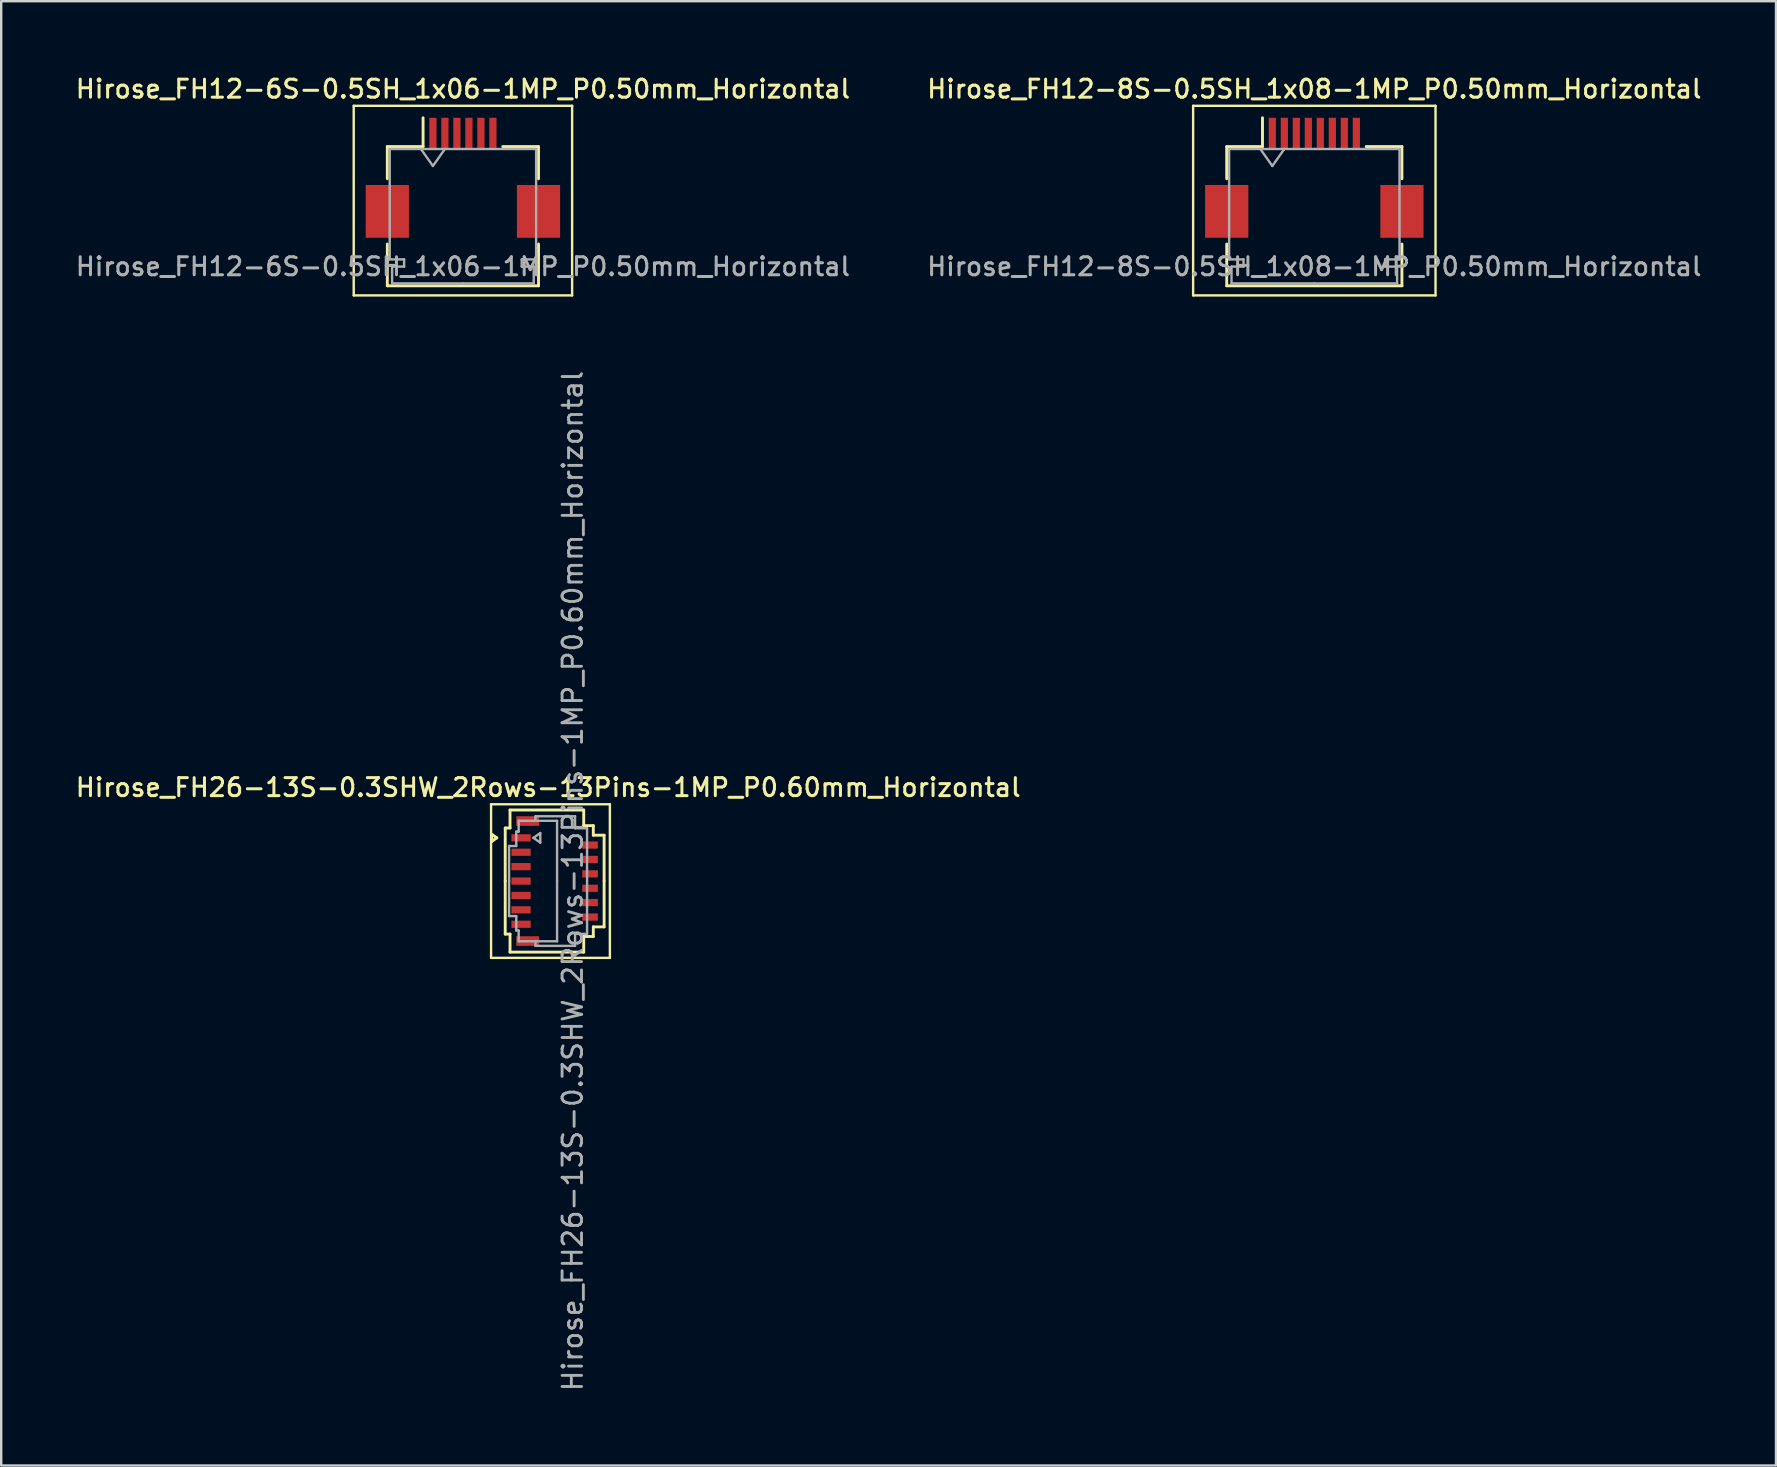
<source format=kicad_pcb>
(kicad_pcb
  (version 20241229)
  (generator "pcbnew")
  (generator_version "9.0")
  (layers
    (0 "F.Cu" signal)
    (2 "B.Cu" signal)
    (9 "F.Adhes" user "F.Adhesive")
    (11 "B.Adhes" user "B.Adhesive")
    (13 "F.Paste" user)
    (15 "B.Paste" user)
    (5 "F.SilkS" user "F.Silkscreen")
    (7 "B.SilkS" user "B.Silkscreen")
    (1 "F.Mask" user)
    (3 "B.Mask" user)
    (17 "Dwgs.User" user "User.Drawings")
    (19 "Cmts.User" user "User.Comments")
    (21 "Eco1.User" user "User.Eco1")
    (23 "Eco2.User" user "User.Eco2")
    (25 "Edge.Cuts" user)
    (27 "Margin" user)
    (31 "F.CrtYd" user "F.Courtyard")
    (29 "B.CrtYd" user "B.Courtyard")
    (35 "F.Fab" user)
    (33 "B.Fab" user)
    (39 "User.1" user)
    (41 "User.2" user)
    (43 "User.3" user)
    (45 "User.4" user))
  (footprint "Hirose_FH26-13S-0.3SHW_2Rows-13Pins-1MP_P0.60mm_Horizontal"
    (layer "F.Cu")
    (at 20.061 33.66)
    (property "Reference" "Hirose_FH26-13S-0.3SHW_2Rows-13Pins-1MP_P0.60mm_Horizontal" (at -0.27 -3.9 0) (layer "F.SilkS") (effects (font (size 0.75 0.75) (thickness 0.125))))
    (attr smd)
    (fp_line (start -2.65 -3.2) (end -2.65 3.2) (stroke (width 0.1) (type solid)) (layer "F.SilkS"))
    (fp_line (start -2.65 3.2) (end 2.3 3.2) (stroke (width 0.1) (type solid)) (layer "F.SilkS"))
    (fp_line (start -2.622 -1.95) (end -2.41 -1.8) (stroke (width 0.12) (type solid)) (layer "F.SilkS"))
    (fp_line (start -2.622 -1.65) (end -2.622 -1.95) (stroke (width 0.12) (type solid)) (layer "F.SilkS"))
    (fp_line (start -2.41 -1.8) (end -2.622 -1.65) (stroke (width 0.12) (type solid)) (layer "F.SilkS"))
    (fp_line (start -2.06 -2.21) (end -2.06 0) (stroke (width 0.12) (type solid)) (layer "F.SilkS"))
    (fp_line (start -2.06 2.21) (end -2.06 0) (stroke (width 0.12) (type solid)) (layer "F.SilkS"))
    (fp_line (start -1.86 -2.96) (end -1.86 -2.21) (stroke (width 0.12) (type solid)) (layer "F.SilkS"))
    (fp_line (start -1.86 -2.21) (end -2.06 -2.21) (stroke (width 0.12) (type solid)) (layer "F.SilkS"))
    (fp_line (start -1.86 2.21) (end -2.06 2.21) (stroke (width 0.12) (type solid)) (layer "F.SilkS"))
    (fp_line (start -1.86 2.96) (end -1.86 2.21) (stroke (width 0.12) (type solid)) (layer "F.SilkS"))
    (fp_line (start 1.21 -2.96) (end -1.86 -2.96) (stroke (width 0.12) (type solid)) (layer "F.SilkS"))
    (fp_line (start 1.21 -2.31) (end 1.21 -2.96) (stroke (width 0.12) (type solid)) (layer "F.SilkS"))
    (fp_line (start 1.21 2.31) (end 1.21 2.96) (stroke (width 0.12) (type solid)) (layer "F.SilkS"))
    (fp_line (start 1.21 2.96) (end -1.86 2.96) (stroke (width 0.12) (type solid)) (layer "F.SilkS"))
    (fp_line (start 1.61 -2.31) (end 1.21 -2.31) (stroke (width 0.12) (type solid)) (layer "F.SilkS"))
    (fp_line (start 1.61 -1.91) (end 1.61 -2.31) (stroke (width 0.12) (type solid)) (layer "F.SilkS"))
    (fp_line (start 1.61 1.91) (end 1.61 2.31) (stroke (width 0.12) (type solid)) (layer "F.SilkS"))
    (fp_line (start 1.61 2.31) (end 1.21 2.31) (stroke (width 0.12) (type solid)) (layer "F.SilkS"))
    (fp_line (start 2.06 -1.91) (end 1.61 -1.91) (stroke (width 0.12) (type solid)) (layer "F.SilkS"))
    (fp_line (start 2.06 0) (end 2.06 -1.91) (stroke (width 0.12) (type solid)) (layer "F.SilkS"))
    (fp_line (start 2.06 0) (end 2.06 1.91) (stroke (width 0.12) (type solid)) (layer "F.SilkS"))
    (fp_line (start 2.06 1.91) (end 1.61 1.91) (stroke (width 0.12) (type solid)) (layer "F.SilkS"))
    (fp_line (start 2.3 -3.2) (end -2.65 -3.2) (stroke (width 0.1) (type solid)) (layer "F.SilkS"))
    (fp_line (start 2.3 3.2) (end 2.3 -3.2) (stroke (width 0.1) (type solid)) (layer "F.SilkS"))
    (fp_line (start -1.9 -1.46) (end -1.6 -1.46) (stroke (width 0.1) (type solid)) (layer "F.Fab"))
    (fp_line (start -1.9 0) (end -1.9 -1.46) (stroke (width 0.1) (type solid)) (layer "F.Fab"))
    (fp_line (start -1.9 0) (end -1.9 1.46) (stroke (width 0.1) (type solid)) (layer "F.Fab"))
    (fp_line (start -1.9 1.46) (end -1.6 1.46) (stroke (width 0.1) (type solid)) (layer "F.Fab"))
    (fp_line (start -1.6 -2.06) (end -1.5 -2.06) (stroke (width 0.1) (type solid)) (layer "F.Fab"))
    (fp_line (start -1.6 -1.46) (end -1.6 -2.06) (stroke (width 0.1) (type solid)) (layer "F.Fab"))
    (fp_line (start -1.6 1.46) (end -1.6 2.06) (stroke (width 0.1) (type solid)) (layer "F.Fab"))
    (fp_line (start -1.6 2.06) (end -1.5 2.06) (stroke (width 0.1) (type solid)) (layer "F.Fab"))
    (fp_line (start -1.5 -2.51) (end -0.8 -2.51) (stroke (width 0.1) (type solid)) (layer "F.Fab"))
    (fp_line (start -1.5 -2.06) (end -1.5 -2.51) (stroke (width 0.1) (type solid)) (layer "F.Fab"))
    (fp_line (start -1.5 2.06) (end -1.5 2.51) (stroke (width 0.1) (type solid)) (layer "F.Fab"))
    (fp_line (start -1.5 2.51) (end -0.8 2.51) (stroke (width 0.1) (type solid)) (layer "F.Fab"))
    (fp_line (start -0.883 -1.8) (end -0.6 -1.6) (stroke (width 0.1) (type solid)) (layer "F.Fab"))
    (fp_line (start -0.8 -2.7) (end 0.85 -2.7) (stroke (width 0.1) (type solid)) (layer "F.Fab"))
    (fp_line (start -0.8 -2.51) (end -0.8 -2.7) (stroke (width 0.1) (type solid)) (layer "F.Fab"))
    (fp_line (start -0.8 2.51) (end -0.8 2.7) (stroke (width 0.1) (type solid)) (layer "F.Fab"))
    (fp_line (start -0.8 2.7) (end 0.85 2.7) (stroke (width 0.1) (type solid)) (layer "F.Fab"))
    (fp_line (start -0.6 -2) (end -0.883 -1.8) (stroke (width 0.1) (type solid)) (layer "F.Fab"))
    (fp_line (start -0.6 -1.6) (end -0.6 -2) (stroke (width 0.1) (type solid)) (layer "F.Fab"))
    (fp_line (start 0.1 -2.51) (end -0.8 -2.51) (stroke (width 0.1) (type solid)) (layer "F.Fab"))
    (fp_line (start 0.1 0) (end 0.1 -2.51) (stroke (width 0.1) (type solid)) (layer "F.Fab"))
    (fp_line (start 0.1 0) (end 0.1 2.51) (stroke (width 0.1) (type solid)) (layer "F.Fab"))
    (fp_line (start 0.1 2.51) (end -0.8 2.51) (stroke (width 0.1) (type solid)) (layer "F.Fab"))
    (fp_line (start 0.85 -2.7) (end 0.85 -2.2) (stroke (width 0.1) (type solid)) (layer "F.Fab"))
    (fp_line (start 0.85 -2.2) (end 1.35 -2.2) (stroke (width 0.1) (type solid)) (layer "F.Fab"))
    (fp_line (start 0.85 2.2) (end 1.35 2.2) (stroke (width 0.1) (type solid)) (layer "F.Fab"))
    (fp_line (start 0.85 2.7) (end 0.85 2.2) (stroke (width 0.1) (type solid)) (layer "F.Fab"))
    (fp_line (start 1.35 -2.2) (end 1.35 0) (stroke (width 0.1) (type solid)) (layer "F.Fab"))
    (fp_line (start 1.35 2.2) (end 1.35 0) (stroke (width 0.1) (type solid)) (layer "F.Fab"))
    (fp_text user "${REFERENCE}" (at 0.75 0 90) (layer "F.Fab") (effects (font (size 0.81 0.81) (thickness 0.12))))
    (pad "1" smd rect (at -1.4 -1.8) (size 0.8 0.3) (layers "F.Cu" "F.Mask" "F.Paste"))
    (pad "2" smd rect (at 1.475 -1.5) (size 0.65 0.3) (layers "F.Cu" "F.Mask" "F.Paste"))
    (pad "3" smd rect (at -1.4 -1.2) (size 0.8 0.3) (layers "F.Cu" "F.Mask" "F.Paste"))
    (pad "4" smd rect (at 1.475 -0.9) (size 0.65 0.3) (layers "F.Cu" "F.Mask" "F.Paste"))
    (pad "5" smd rect (at -1.4 -0.6) (size 0.8 0.3) (layers "F.Cu" "F.Mask" "F.Paste"))
    (pad "6" smd rect (at 1.475 -0.3) (size 0.65 0.3) (layers "F.Cu" "F.Mask" "F.Paste"))
    (pad "7" smd rect (at -1.4 0) (size 0.8 0.3) (layers "F.Cu" "F.Mask" "F.Paste"))
    (pad "8" smd rect (at 1.475 0.3) (size 0.65 0.3) (layers "F.Cu" "F.Mask" "F.Paste"))
    (pad "9" smd rect (at -1.4 0.6) (size 0.8 0.3) (layers "F.Cu" "F.Mask" "F.Paste"))
    (pad "10" smd rect (at 1.475 0.9) (size 0.65 0.3) (layers "F.Cu" "F.Mask" "F.Paste"))
    (pad "11" smd rect (at -1.4 1.2) (size 0.8 0.3) (layers "F.Cu" "F.Mask" "F.Paste"))
    (pad "12" smd rect (at 1.475 1.5) (size 0.65 0.3) (layers "F.Cu" "F.Mask" "F.Paste"))
    (pad "13" smd rect (at -1.4 1.8) (size 0.8 0.3) (layers "F.Cu" "F.Mask" "F.Paste"))
    (pad "MP" smd rect (at -1.125 -2.5) (size 0.95 0.4) (layers "F.Cu" "F.Mask" "F.Paste"))
    (pad "MP" smd rect (at -1.125 2.5) (size 0.95 0.4) (layers "F.Cu" "F.Mask" "F.Paste")))
  (footprint "Hirose_FH12-8S-0.5SH_1x08-1MP_P0.50mm_Horizontal"
    (layer "F.Cu")
    (at 51.713 4.358)
    (property "Reference" "Hirose_FH12-8S-0.5SH_1x08-1MP_P0.50mm_Horizontal" (at 0 -3.7 0) (layer "F.SilkS") (effects (font (size 0.75 0.75) (thickness 0.125))))
    (attr smd)
    (fp_line (start -5.05 -3) (end -5.05 4.9) (stroke (width 0.1) (type solid)) (layer "F.SilkS"))
    (fp_line (start -5.05 4.9) (end 5.05 4.9) (stroke (width 0.1) (type solid)) (layer "F.SilkS"))
    (fp_line (start -3.65 -1.3) (end -3.65 0.04) (stroke (width 0.12) (type solid)) (layer "F.SilkS"))
    (fp_line (start -3.65 2.76) (end -3.65 4.5) (stroke (width 0.12) (type solid)) (layer "F.SilkS"))
    (fp_line (start -3.65 4.5) (end 3.65 4.5) (stroke (width 0.12) (type solid)) (layer "F.SilkS"))
    (fp_line (start -2.16 -1.3) (end -3.65 -1.3) (stroke (width 0.12) (type solid)) (layer "F.SilkS"))
    (fp_line (start -2.16 -1.3) (end -2.16 -2.5) (stroke (width 0.12) (type solid)) (layer "F.SilkS"))
    (fp_line (start 2.16 -1.3) (end 3.65 -1.3) (stroke (width 0.12) (type solid)) (layer "F.SilkS"))
    (fp_line (start 3.65 -1.3) (end 3.65 0.04) (stroke (width 0.12) (type solid)) (layer "F.SilkS"))
    (fp_line (start 3.65 4.5) (end 3.65 2.76) (stroke (width 0.12) (type solid)) (layer "F.SilkS"))
    (fp_line (start 5.05 -3) (end -5.05 -3) (stroke (width 0.1) (type solid)) (layer "F.SilkS"))
    (fp_line (start 5.05 4.9) (end 5.05 -3) (stroke (width 0.1) (type solid)) (layer "F.SilkS"))
    (fp_line (start -3.55 -1.2) (end -3.55 3.4) (stroke (width 0.1) (type solid)) (layer "F.Fab"))
    (fp_line (start -3.55 3.4) (end -2.95 3.4) (stroke (width 0.1) (type solid)) (layer "F.Fab"))
    (fp_line (start -3.45 3.7) (end -3.45 4.4) (stroke (width 0.1) (type solid)) (layer "F.Fab"))
    (fp_line (start -3.45 4.4) (end 0 4.4) (stroke (width 0.1) (type solid)) (layer "F.Fab"))
    (fp_line (start -2.95 3.4) (end -2.95 3.7) (stroke (width 0.1) (type solid)) (layer "F.Fab"))
    (fp_line (start -2.95 3.7) (end -3.45 3.7) (stroke (width 0.1) (type solid)) (layer "F.Fab"))
    (fp_line (start -2.25 -1.2) (end -1.75 -0.493) (stroke (width 0.1) (type solid)) (layer "F.Fab"))
    (fp_line (start -1.75 -0.493) (end -1.25 -1.2) (stroke (width 0.1) (type solid)) (layer "F.Fab"))
    (fp_line (start 0 -1.2) (end -3.55 -1.2) (stroke (width 0.1) (type solid)) (layer "F.Fab"))
    (fp_line (start 0 -1.2) (end 3.55 -1.2) (stroke (width 0.1) (type solid)) (layer "F.Fab"))
    (fp_line (start 2.95 3.4) (end 2.95 3.7) (stroke (width 0.1) (type solid)) (layer "F.Fab"))
    (fp_line (start 2.95 3.7) (end 3.45 3.7) (stroke (width 0.1) (type solid)) (layer "F.Fab"))
    (fp_line (start 3.45 3.7) (end 3.45 4.4) (stroke (width 0.1) (type solid)) (layer "F.Fab"))
    (fp_line (start 3.45 4.4) (end 0 4.4) (stroke (width 0.1) (type solid)) (layer "F.Fab"))
    (fp_line (start 3.55 -1.2) (end 3.55 3.4) (stroke (width 0.1) (type solid)) (layer "F.Fab"))
    (fp_line (start 3.55 3.4) (end 2.95 3.4) (stroke (width 0.1) (type solid)) (layer "F.Fab"))
    (fp_text user "${REFERENCE}" (at 0 3.7 0) (layer "F.Fab") (effects (font (size 0.75 0.75) (thickness 0.125))))
    (pad "1" smd rect (at -1.75 -1.85) (size 0.3 1.3) (layers "F.Cu" "F.Mask" "F.Paste"))
    (pad "2" smd rect (at -1.25 -1.85) (size 0.3 1.3) (layers "F.Cu" "F.Mask" "F.Paste"))
    (pad "3" smd rect (at -0.75 -1.85) (size 0.3 1.3) (layers "F.Cu" "F.Mask" "F.Paste"))
    (pad "4" smd rect (at -0.25 -1.85) (size 0.3 1.3) (layers "F.Cu" "F.Mask" "F.Paste"))
    (pad "5" smd rect (at 0.25 -1.85) (size 0.3 1.3) (layers "F.Cu" "F.Mask" "F.Paste"))
    (pad "6" smd rect (at 0.75 -1.85) (size 0.3 1.3) (layers "F.Cu" "F.Mask" "F.Paste"))
    (pad "7" smd rect (at 1.25 -1.85) (size 0.3 1.3) (layers "F.Cu" "F.Mask" "F.Paste"))
    (pad "8" smd rect (at 1.75 -1.85) (size 0.3 1.3) (layers "F.Cu" "F.Mask" "F.Paste"))
    (pad "MP" smd rect (at -3.65 1.4) (size 1.8 2.2) (layers "F.Cu" "F.Mask" "F.Paste"))
    (pad "MP" smd rect (at 3.65 1.4) (size 1.8 2.2) (layers "F.Cu" "F.Mask" "F.Paste")))
  (footprint "Hirose_FH12-6S-0.5SH_1x06-1MP_P0.50mm_Horizontal"
    (layer "F.Cu")
    (at 16.238 4.358)
    (property "Reference" "Hirose_FH12-6S-0.5SH_1x06-1MP_P0.50mm_Horizontal" (at 0 -3.7 0) (layer "F.SilkS") (effects (font (size 0.75 0.75) (thickness 0.125))))
    (attr smd)
    (fp_line (start -4.55 -3) (end -4.55 4.9) (stroke (width 0.1) (type solid)) (layer "F.SilkS"))
    (fp_line (start -4.55 4.9) (end 4.55 4.9) (stroke (width 0.1) (type solid)) (layer "F.SilkS"))
    (fp_line (start -3.15 -1.3) (end -3.15 0.04) (stroke (width 0.12) (type solid)) (layer "F.SilkS"))
    (fp_line (start -3.15 2.76) (end -3.15 4.5) (stroke (width 0.12) (type solid)) (layer "F.SilkS"))
    (fp_line (start -3.15 4.5) (end 3.15 4.5) (stroke (width 0.12) (type solid)) (layer "F.SilkS"))
    (fp_line (start -1.66 -1.3) (end -3.15 -1.3) (stroke (width 0.12) (type solid)) (layer "F.SilkS"))
    (fp_line (start -1.66 -1.3) (end -1.66 -2.5) (stroke (width 0.12) (type solid)) (layer "F.SilkS"))
    (fp_line (start 1.66 -1.3) (end 3.15 -1.3) (stroke (width 0.12) (type solid)) (layer "F.SilkS"))
    (fp_line (start 3.15 -1.3) (end 3.15 0.04) (stroke (width 0.12) (type solid)) (layer "F.SilkS"))
    (fp_line (start 3.15 4.5) (end 3.15 2.76) (stroke (width 0.12) (type solid)) (layer "F.SilkS"))
    (fp_line (start 4.55 -3) (end -4.55 -3) (stroke (width 0.1) (type solid)) (layer "F.SilkS"))
    (fp_line (start 4.55 4.9) (end 4.55 -3) (stroke (width 0.1) (type solid)) (layer "F.SilkS"))
    (fp_line (start -3.05 -1.2) (end -3.05 3.4) (stroke (width 0.1) (type solid)) (layer "F.Fab"))
    (fp_line (start -3.05 3.4) (end -2.45 3.4) (stroke (width 0.1) (type solid)) (layer "F.Fab"))
    (fp_line (start -2.95 3.7) (end -2.95 4.4) (stroke (width 0.1) (type solid)) (layer "F.Fab"))
    (fp_line (start -2.95 4.4) (end 0 4.4) (stroke (width 0.1) (type solid)) (layer "F.Fab"))
    (fp_line (start -2.45 3.4) (end -2.45 3.7) (stroke (width 0.1) (type solid)) (layer "F.Fab"))
    (fp_line (start -2.45 3.7) (end -2.95 3.7) (stroke (width 0.1) (type solid)) (layer "F.Fab"))
    (fp_line (start -1.75 -1.2) (end -1.25 -0.493) (stroke (width 0.1) (type solid)) (layer "F.Fab"))
    (fp_line (start -1.25 -0.493) (end -0.75 -1.2) (stroke (width 0.1) (type solid)) (layer "F.Fab"))
    (fp_line (start 0 -1.2) (end -3.05 -1.2) (stroke (width 0.1) (type solid)) (layer "F.Fab"))
    (fp_line (start 0 -1.2) (end 3.05 -1.2) (stroke (width 0.1) (type solid)) (layer "F.Fab"))
    (fp_line (start 2.45 3.4) (end 2.45 3.7) (stroke (width 0.1) (type solid)) (layer "F.Fab"))
    (fp_line (start 2.45 3.7) (end 2.95 3.7) (stroke (width 0.1) (type solid)) (layer "F.Fab"))
    (fp_line (start 2.95 3.7) (end 2.95 4.4) (stroke (width 0.1) (type solid)) (layer "F.Fab"))
    (fp_line (start 2.95 4.4) (end 0 4.4) (stroke (width 0.1) (type solid)) (layer "F.Fab"))
    (fp_line (start 3.05 -1.2) (end 3.05 3.4) (stroke (width 0.1) (type solid)) (layer "F.Fab"))
    (fp_line (start 3.05 3.4) (end 2.45 3.4) (stroke (width 0.1) (type solid)) (layer "F.Fab"))
    (fp_text user "${REFERENCE}" (at 0 3.7 0) (layer "F.Fab") (effects (font (size 0.75 0.75) (thickness 0.125))))
    (pad "1" smd rect (at -1.25 -1.85) (size 0.3 1.3) (layers "F.Cu" "F.Mask" "F.Paste"))
    (pad "2" smd rect (at -0.75 -1.85) (size 0.3 1.3) (layers "F.Cu" "F.Mask" "F.Paste"))
    (pad "3" smd rect (at -0.25 -1.85) (size 0.3 1.3) (layers "F.Cu" "F.Mask" "F.Paste"))
    (pad "4" smd rect (at 0.25 -1.85) (size 0.3 1.3) (layers "F.Cu" "F.Mask" "F.Paste"))
    (pad "5" smd rect (at 0.75 -1.85) (size 0.3 1.3) (layers "F.Cu" "F.Mask" "F.Paste"))
    (pad "6" smd rect (at 1.25 -1.85) (size 0.3 1.3) (layers "F.Cu" "F.Mask" "F.Paste"))
    (pad "MP" smd rect (at -3.15 1.4) (size 1.8 2.2) (layers "F.Cu" "F.Mask" "F.Paste"))
    (pad "MP" smd rect (at 3.15 1.4) (size 1.8 2.2) (layers "F.Cu" "F.Mask" "F.Paste")))
  (gr_rect
    (start -3 -3)
    (end 70.95 58.012)
    (stroke (width 0.1) (type default))
    (fill no)
    (layer "Edge.Cuts")))
</source>
